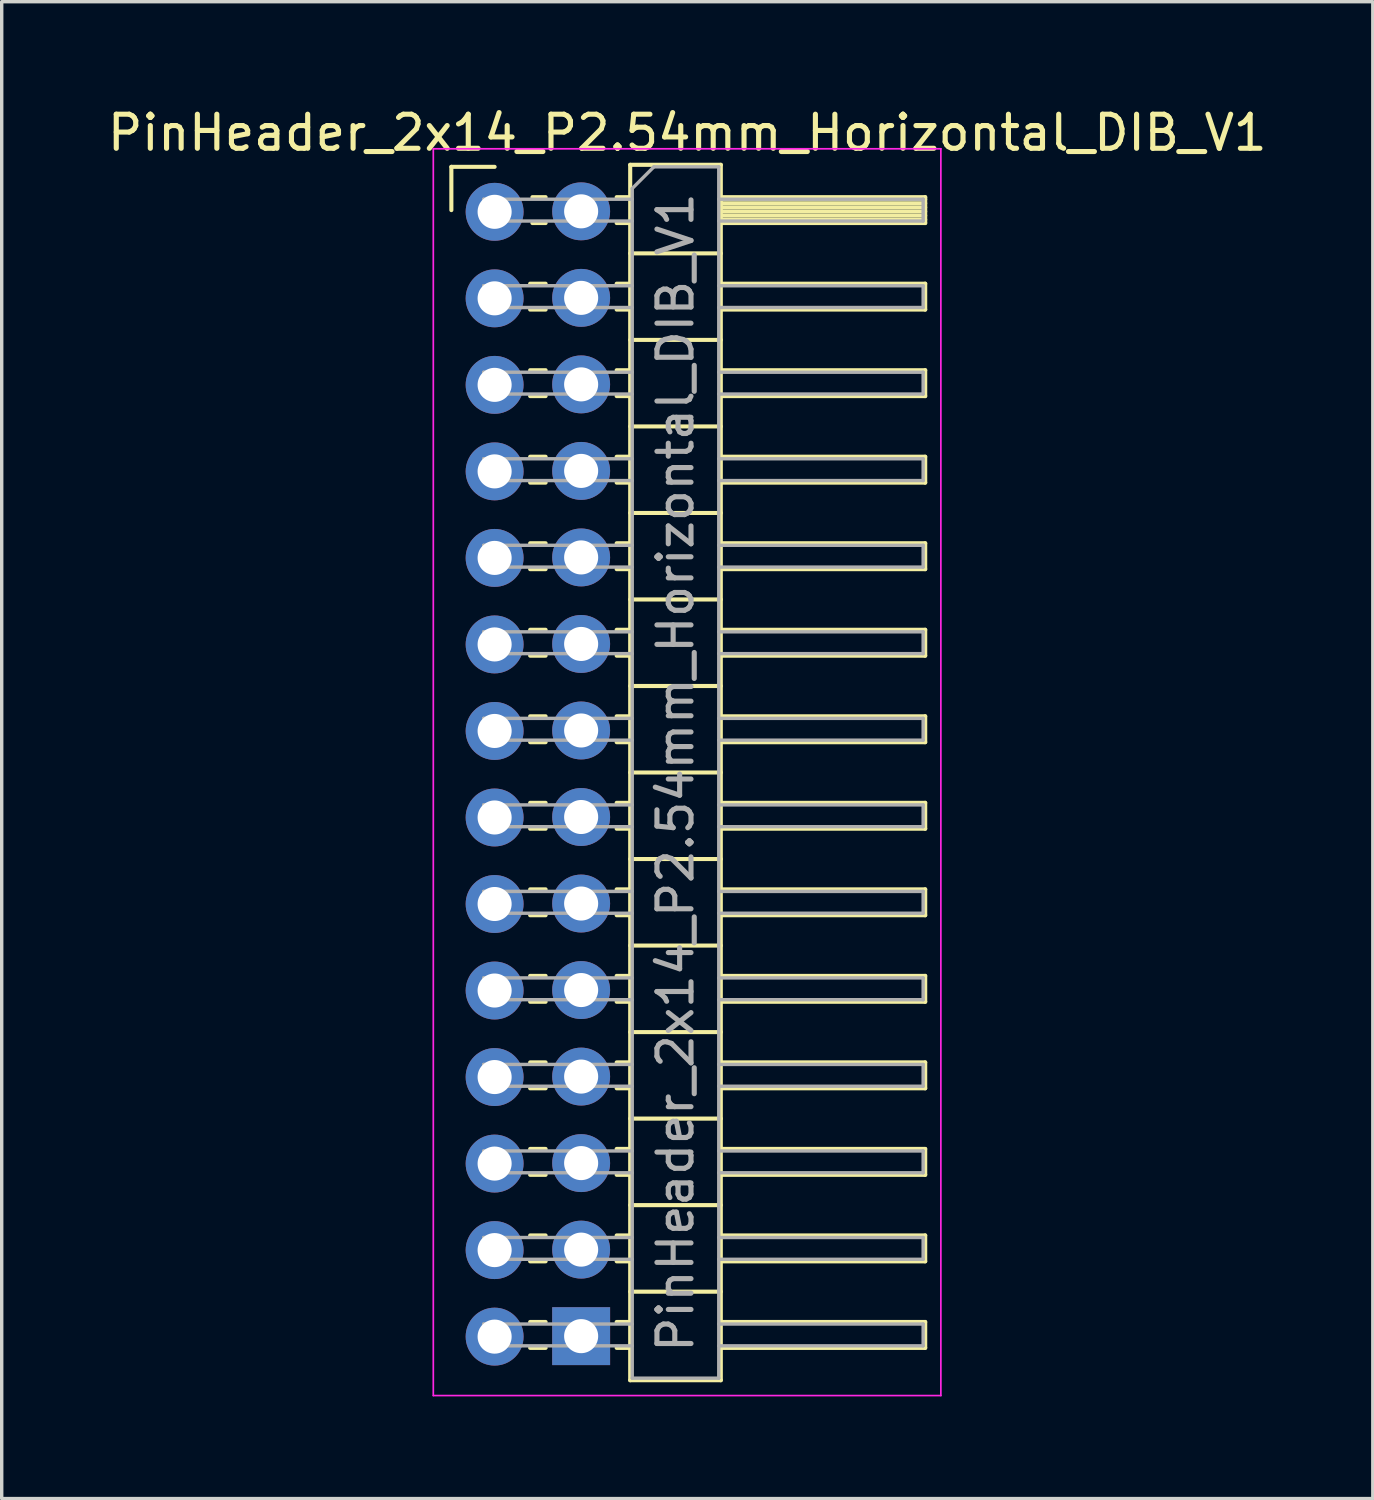
<source format=kicad_pcb>
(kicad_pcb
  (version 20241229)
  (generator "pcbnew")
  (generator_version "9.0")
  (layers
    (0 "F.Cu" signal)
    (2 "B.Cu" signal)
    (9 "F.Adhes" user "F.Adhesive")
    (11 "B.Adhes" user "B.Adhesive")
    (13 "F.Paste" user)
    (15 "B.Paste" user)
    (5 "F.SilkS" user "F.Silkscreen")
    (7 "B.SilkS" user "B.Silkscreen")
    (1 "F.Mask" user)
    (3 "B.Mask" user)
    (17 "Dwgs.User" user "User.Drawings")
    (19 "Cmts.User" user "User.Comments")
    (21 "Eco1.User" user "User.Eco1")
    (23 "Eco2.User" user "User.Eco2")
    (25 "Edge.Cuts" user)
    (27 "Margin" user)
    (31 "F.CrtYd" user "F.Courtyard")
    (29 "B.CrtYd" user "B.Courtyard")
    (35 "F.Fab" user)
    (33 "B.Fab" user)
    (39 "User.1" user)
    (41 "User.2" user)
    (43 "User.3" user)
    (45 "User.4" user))
  (footprint "PinHeader_2x14_P2.54mm_Horizontal_DIB_V1"
    (layer "F.Cu")
    (at 11.47 3.118)
    (property "Reference" "PinHeader_2x14_P2.54mm_Horizontal_DIB_V1" (at 5.655 -2.27 0) (layer "F.SilkS") (effects (font (size 1 1) (thickness 0.15))))
    (attr through_hole)
    (fp_line (start -1.27 -1.27) (end 0 -1.27) (stroke (width 0.12) (type solid)) (layer "F.SilkS"))
    (fp_line (start -1.27 0) (end -1.27 -1.27) (stroke (width 0.12) (type solid)) (layer "F.SilkS"))
    (fp_line (start 1.043 2.16) (end 1.497 2.16) (stroke (width 0.12) (type solid)) (layer "F.SilkS"))
    (fp_line (start 1.043 2.92) (end 1.497 2.92) (stroke (width 0.12) (type solid)) (layer "F.SilkS"))
    (fp_line (start 1.043 4.7) (end 1.497 4.7) (stroke (width 0.12) (type solid)) (layer "F.SilkS"))
    (fp_line (start 1.043 5.46) (end 1.497 5.46) (stroke (width 0.12) (type solid)) (layer "F.SilkS"))
    (fp_line (start 1.043 7.24) (end 1.497 7.24) (stroke (width 0.12) (type solid)) (layer "F.SilkS"))
    (fp_line (start 1.043 8) (end 1.497 8) (stroke (width 0.12) (type solid)) (layer "F.SilkS"))
    (fp_line (start 1.043 9.78) (end 1.497 9.78) (stroke (width 0.12) (type solid)) (layer "F.SilkS"))
    (fp_line (start 1.043 10.54) (end 1.497 10.54) (stroke (width 0.12) (type solid)) (layer "F.SilkS"))
    (fp_line (start 1.043 12.32) (end 1.497 12.32) (stroke (width 0.12) (type solid)) (layer "F.SilkS"))
    (fp_line (start 1.043 13.08) (end 1.497 13.08) (stroke (width 0.12) (type solid)) (layer "F.SilkS"))
    (fp_line (start 1.043 14.86) (end 1.497 14.86) (stroke (width 0.12) (type solid)) (layer "F.SilkS"))
    (fp_line (start 1.043 15.62) (end 1.497 15.62) (stroke (width 0.12) (type solid)) (layer "F.SilkS"))
    (fp_line (start 1.043 17.4) (end 1.497 17.4) (stroke (width 0.12) (type solid)) (layer "F.SilkS"))
    (fp_line (start 1.043 18.16) (end 1.497 18.16) (stroke (width 0.12) (type solid)) (layer "F.SilkS"))
    (fp_line (start 1.043 19.94) (end 1.497 19.94) (stroke (width 0.12) (type solid)) (layer "F.SilkS"))
    (fp_line (start 1.043 20.7) (end 1.497 20.7) (stroke (width 0.12) (type solid)) (layer "F.SilkS"))
    (fp_line (start 1.043 22.48) (end 1.497 22.48) (stroke (width 0.12) (type solid)) (layer "F.SilkS"))
    (fp_line (start 1.043 23.24) (end 1.497 23.24) (stroke (width 0.12) (type solid)) (layer "F.SilkS"))
    (fp_line (start 1.043 25.02) (end 1.497 25.02) (stroke (width 0.12) (type solid)) (layer "F.SilkS"))
    (fp_line (start 1.043 25.78) (end 1.497 25.78) (stroke (width 0.12) (type solid)) (layer "F.SilkS"))
    (fp_line (start 1.043 27.56) (end 1.497 27.56) (stroke (width 0.12) (type solid)) (layer "F.SilkS"))
    (fp_line (start 1.043 28.32) (end 1.497 28.32) (stroke (width 0.12) (type solid)) (layer "F.SilkS"))
    (fp_line (start 1.043 30.1) (end 1.497 30.1) (stroke (width 0.12) (type solid)) (layer "F.SilkS"))
    (fp_line (start 1.043 30.86) (end 1.497 30.86) (stroke (width 0.12) (type solid)) (layer "F.SilkS"))
    (fp_line (start 1.043 32.64) (end 1.497 32.64) (stroke (width 0.12) (type solid)) (layer "F.SilkS"))
    (fp_line (start 1.043 33.4) (end 1.497 33.4) (stroke (width 0.12) (type solid)) (layer "F.SilkS"))
    (fp_line (start 1.11 -0.38) (end 1.497 -0.38) (stroke (width 0.12) (type solid)) (layer "F.SilkS"))
    (fp_line (start 1.11 0.38) (end 1.497 0.38) (stroke (width 0.12) (type solid)) (layer "F.SilkS"))
    (fp_line (start 3.583 -0.38) (end 3.98 -0.38) (stroke (width 0.12) (type solid)) (layer "F.SilkS"))
    (fp_line (start 3.583 0.38) (end 3.98 0.38) (stroke (width 0.12) (type solid)) (layer "F.SilkS"))
    (fp_line (start 3.583 2.16) (end 3.98 2.16) (stroke (width 0.12) (type solid)) (layer "F.SilkS"))
    (fp_line (start 3.583 2.92) (end 3.98 2.92) (stroke (width 0.12) (type solid)) (layer "F.SilkS"))
    (fp_line (start 3.583 4.7) (end 3.98 4.7) (stroke (width 0.12) (type solid)) (layer "F.SilkS"))
    (fp_line (start 3.583 5.46) (end 3.98 5.46) (stroke (width 0.12) (type solid)) (layer "F.SilkS"))
    (fp_line (start 3.583 7.24) (end 3.98 7.24) (stroke (width 0.12) (type solid)) (layer "F.SilkS"))
    (fp_line (start 3.583 8) (end 3.98 8) (stroke (width 0.12) (type solid)) (layer "F.SilkS"))
    (fp_line (start 3.583 9.78) (end 3.98 9.78) (stroke (width 0.12) (type solid)) (layer "F.SilkS"))
    (fp_line (start 3.583 10.54) (end 3.98 10.54) (stroke (width 0.12) (type solid)) (layer "F.SilkS"))
    (fp_line (start 3.583 12.32) (end 3.98 12.32) (stroke (width 0.12) (type solid)) (layer "F.SilkS"))
    (fp_line (start 3.583 13.08) (end 3.98 13.08) (stroke (width 0.12) (type solid)) (layer "F.SilkS"))
    (fp_line (start 3.583 14.86) (end 3.98 14.86) (stroke (width 0.12) (type solid)) (layer "F.SilkS"))
    (fp_line (start 3.583 15.62) (end 3.98 15.62) (stroke (width 0.12) (type solid)) (layer "F.SilkS"))
    (fp_line (start 3.583 17.4) (end 3.98 17.4) (stroke (width 0.12) (type solid)) (layer "F.SilkS"))
    (fp_line (start 3.583 18.16) (end 3.98 18.16) (stroke (width 0.12) (type solid)) (layer "F.SilkS"))
    (fp_line (start 3.583 19.94) (end 3.98 19.94) (stroke (width 0.12) (type solid)) (layer "F.SilkS"))
    (fp_line (start 3.583 20.7) (end 3.98 20.7) (stroke (width 0.12) (type solid)) (layer "F.SilkS"))
    (fp_line (start 3.583 22.48) (end 3.98 22.48) (stroke (width 0.12) (type solid)) (layer "F.SilkS"))
    (fp_line (start 3.583 23.24) (end 3.98 23.24) (stroke (width 0.12) (type solid)) (layer "F.SilkS"))
    (fp_line (start 3.583 25.02) (end 3.98 25.02) (stroke (width 0.12) (type solid)) (layer "F.SilkS"))
    (fp_line (start 3.583 25.78) (end 3.98 25.78) (stroke (width 0.12) (type solid)) (layer "F.SilkS"))
    (fp_line (start 3.583 27.56) (end 3.98 27.56) (stroke (width 0.12) (type solid)) (layer "F.SilkS"))
    (fp_line (start 3.583 28.32) (end 3.98 28.32) (stroke (width 0.12) (type solid)) (layer "F.SilkS"))
    (fp_line (start 3.583 30.1) (end 3.98 30.1) (stroke (width 0.12) (type solid)) (layer "F.SilkS"))
    (fp_line (start 3.583 30.86) (end 3.98 30.86) (stroke (width 0.12) (type solid)) (layer "F.SilkS"))
    (fp_line (start 3.583 32.64) (end 3.98 32.64) (stroke (width 0.12) (type solid)) (layer "F.SilkS"))
    (fp_line (start 3.583 33.4) (end 3.98 33.4) (stroke (width 0.12) (type solid)) (layer "F.SilkS"))
    (fp_line (start 3.98 -1.33) (end 3.98 34.35) (stroke (width 0.12) (type solid)) (layer "F.SilkS"))
    (fp_line (start 3.98 1.27) (end 6.64 1.27) (stroke (width 0.12) (type solid)) (layer "F.SilkS"))
    (fp_line (start 3.98 3.81) (end 6.64 3.81) (stroke (width 0.12) (type solid)) (layer "F.SilkS"))
    (fp_line (start 3.98 6.35) (end 6.64 6.35) (stroke (width 0.12) (type solid)) (layer "F.SilkS"))
    (fp_line (start 3.98 8.89) (end 6.64 8.89) (stroke (width 0.12) (type solid)) (layer "F.SilkS"))
    (fp_line (start 3.98 11.43) (end 6.64 11.43) (stroke (width 0.12) (type solid)) (layer "F.SilkS"))
    (fp_line (start 3.98 13.97) (end 6.64 13.97) (stroke (width 0.12) (type solid)) (layer "F.SilkS"))
    (fp_line (start 3.98 16.51) (end 6.64 16.51) (stroke (width 0.12) (type solid)) (layer "F.SilkS"))
    (fp_line (start 3.98 19.05) (end 6.64 19.05) (stroke (width 0.12) (type solid)) (layer "F.SilkS"))
    (fp_line (start 3.98 21.59) (end 6.64 21.59) (stroke (width 0.12) (type solid)) (layer "F.SilkS"))
    (fp_line (start 3.98 24.13) (end 6.64 24.13) (stroke (width 0.12) (type solid)) (layer "F.SilkS"))
    (fp_line (start 3.98 26.67) (end 6.64 26.67) (stroke (width 0.12) (type solid)) (layer "F.SilkS"))
    (fp_line (start 3.98 29.21) (end 6.64 29.21) (stroke (width 0.12) (type solid)) (layer "F.SilkS"))
    (fp_line (start 3.98 31.75) (end 6.64 31.75) (stroke (width 0.12) (type solid)) (layer "F.SilkS"))
    (fp_line (start 3.98 34.35) (end 6.64 34.35) (stroke (width 0.12) (type solid)) (layer "F.SilkS"))
    (fp_line (start 6.64 -1.33) (end 3.98 -1.33) (stroke (width 0.12) (type solid)) (layer "F.SilkS"))
    (fp_line (start 6.64 -0.38) (end 12.64 -0.38) (stroke (width 0.12) (type solid)) (layer "F.SilkS"))
    (fp_line (start 6.64 -0.32) (end 12.64 -0.32) (stroke (width 0.12) (type solid)) (layer "F.SilkS"))
    (fp_line (start 6.64 -0.2) (end 12.64 -0.2) (stroke (width 0.12) (type solid)) (layer "F.SilkS"))
    (fp_line (start 6.64 -0.08) (end 12.64 -0.08) (stroke (width 0.12) (type solid)) (layer "F.SilkS"))
    (fp_line (start 6.64 0.04) (end 12.64 0.04) (stroke (width 0.12) (type solid)) (layer "F.SilkS"))
    (fp_line (start 6.64 0.16) (end 12.64 0.16) (stroke (width 0.12) (type solid)) (layer "F.SilkS"))
    (fp_line (start 6.64 0.28) (end 12.64 0.28) (stroke (width 0.12) (type solid)) (layer "F.SilkS"))
    (fp_line (start 6.64 2.16) (end 12.64 2.16) (stroke (width 0.12) (type solid)) (layer "F.SilkS"))
    (fp_line (start 6.64 4.7) (end 12.64 4.7) (stroke (width 0.12) (type solid)) (layer "F.SilkS"))
    (fp_line (start 6.64 7.24) (end 12.64 7.24) (stroke (width 0.12) (type solid)) (layer "F.SilkS"))
    (fp_line (start 6.64 9.78) (end 12.64 9.78) (stroke (width 0.12) (type solid)) (layer "F.SilkS"))
    (fp_line (start 6.64 12.32) (end 12.64 12.32) (stroke (width 0.12) (type solid)) (layer "F.SilkS"))
    (fp_line (start 6.64 14.86) (end 12.64 14.86) (stroke (width 0.12) (type solid)) (layer "F.SilkS"))
    (fp_line (start 6.64 17.4) (end 12.64 17.4) (stroke (width 0.12) (type solid)) (layer "F.SilkS"))
    (fp_line (start 6.64 19.94) (end 12.64 19.94) (stroke (width 0.12) (type solid)) (layer "F.SilkS"))
    (fp_line (start 6.64 22.48) (end 12.64 22.48) (stroke (width 0.12) (type solid)) (layer "F.SilkS"))
    (fp_line (start 6.64 25.02) (end 12.64 25.02) (stroke (width 0.12) (type solid)) (layer "F.SilkS"))
    (fp_line (start 6.64 27.56) (end 12.64 27.56) (stroke (width 0.12) (type solid)) (layer "F.SilkS"))
    (fp_line (start 6.64 30.1) (end 12.64 30.1) (stroke (width 0.12) (type solid)) (layer "F.SilkS"))
    (fp_line (start 6.64 32.64) (end 12.64 32.64) (stroke (width 0.12) (type solid)) (layer "F.SilkS"))
    (fp_line (start 6.64 34.35) (end 6.64 -1.33) (stroke (width 0.12) (type solid)) (layer "F.SilkS"))
    (fp_line (start 12.64 -0.38) (end 12.64 0.38) (stroke (width 0.12) (type solid)) (layer "F.SilkS"))
    (fp_line (start 12.64 0.38) (end 6.64 0.38) (stroke (width 0.12) (type solid)) (layer "F.SilkS"))
    (fp_line (start 12.64 2.16) (end 12.64 2.92) (stroke (width 0.12) (type solid)) (layer "F.SilkS"))
    (fp_line (start 12.64 2.92) (end 6.64 2.92) (stroke (width 0.12) (type solid)) (layer "F.SilkS"))
    (fp_line (start 12.64 4.7) (end 12.64 5.46) (stroke (width 0.12) (type solid)) (layer "F.SilkS"))
    (fp_line (start 12.64 5.46) (end 6.64 5.46) (stroke (width 0.12) (type solid)) (layer "F.SilkS"))
    (fp_line (start 12.64 7.24) (end 12.64 8) (stroke (width 0.12) (type solid)) (layer "F.SilkS"))
    (fp_line (start 12.64 8) (end 6.64 8) (stroke (width 0.12) (type solid)) (layer "F.SilkS"))
    (fp_line (start 12.64 9.78) (end 12.64 10.54) (stroke (width 0.12) (type solid)) (layer "F.SilkS"))
    (fp_line (start 12.64 10.54) (end 6.64 10.54) (stroke (width 0.12) (type solid)) (layer "F.SilkS"))
    (fp_line (start 12.64 12.32) (end 12.64 13.08) (stroke (width 0.12) (type solid)) (layer "F.SilkS"))
    (fp_line (start 12.64 13.08) (end 6.64 13.08) (stroke (width 0.12) (type solid)) (layer "F.SilkS"))
    (fp_line (start 12.64 14.86) (end 12.64 15.62) (stroke (width 0.12) (type solid)) (layer "F.SilkS"))
    (fp_line (start 12.64 15.62) (end 6.64 15.62) (stroke (width 0.12) (type solid)) (layer "F.SilkS"))
    (fp_line (start 12.64 17.4) (end 12.64 18.16) (stroke (width 0.12) (type solid)) (layer "F.SilkS"))
    (fp_line (start 12.64 18.16) (end 6.64 18.16) (stroke (width 0.12) (type solid)) (layer "F.SilkS"))
    (fp_line (start 12.64 19.94) (end 12.64 20.7) (stroke (width 0.12) (type solid)) (layer "F.SilkS"))
    (fp_line (start 12.64 20.7) (end 6.64 20.7) (stroke (width 0.12) (type solid)) (layer "F.SilkS"))
    (fp_line (start 12.64 22.48) (end 12.64 23.24) (stroke (width 0.12) (type solid)) (layer "F.SilkS"))
    (fp_line (start 12.64 23.24) (end 6.64 23.24) (stroke (width 0.12) (type solid)) (layer "F.SilkS"))
    (fp_line (start 12.64 25.02) (end 12.64 25.78) (stroke (width 0.12) (type solid)) (layer "F.SilkS"))
    (fp_line (start 12.64 25.78) (end 6.64 25.78) (stroke (width 0.12) (type solid)) (layer "F.SilkS"))
    (fp_line (start 12.64 27.56) (end 12.64 28.32) (stroke (width 0.12) (type solid)) (layer "F.SilkS"))
    (fp_line (start 12.64 28.32) (end 6.64 28.32) (stroke (width 0.12) (type solid)) (layer "F.SilkS"))
    (fp_line (start 12.64 30.1) (end 12.64 30.86) (stroke (width 0.12) (type solid)) (layer "F.SilkS"))
    (fp_line (start 12.64 30.86) (end 6.64 30.86) (stroke (width 0.12) (type solid)) (layer "F.SilkS"))
    (fp_line (start 12.64 32.64) (end 12.64 33.4) (stroke (width 0.12) (type solid)) (layer "F.SilkS"))
    (fp_line (start 12.64 33.4) (end 6.64 33.4) (stroke (width 0.12) (type solid)) (layer "F.SilkS"))
    (fp_line (start -1.8 -1.8) (end -1.8 34.8) (stroke (width 0.05) (type solid)) (layer "F.CrtYd"))
    (fp_line (start -1.8 34.8) (end 13.1 34.8) (stroke (width 0.05) (type solid)) (layer "F.CrtYd"))
    (fp_line (start 13.1 -1.8) (end -1.8 -1.8) (stroke (width 0.05) (type solid)) (layer "F.CrtYd"))
    (fp_line (start 13.1 34.8) (end 13.1 -1.8) (stroke (width 0.05) (type solid)) (layer "F.CrtYd"))
    (fp_line (start -0.32 -0.32) (end -0.32 0.32) (stroke (width 0.1) (type solid)) (layer "F.Fab"))
    (fp_line (start -0.32 -0.32) (end 4.04 -0.32) (stroke (width 0.1) (type solid)) (layer "F.Fab"))
    (fp_line (start -0.32 0.32) (end 4.04 0.32) (stroke (width 0.1) (type solid)) (layer "F.Fab"))
    (fp_line (start -0.32 2.22) (end -0.32 2.86) (stroke (width 0.1) (type solid)) (layer "F.Fab"))
    (fp_line (start -0.32 2.22) (end 4.04 2.22) (stroke (width 0.1) (type solid)) (layer "F.Fab"))
    (fp_line (start -0.32 2.86) (end 4.04 2.86) (stroke (width 0.1) (type solid)) (layer "F.Fab"))
    (fp_line (start -0.32 4.76) (end -0.32 5.4) (stroke (width 0.1) (type solid)) (layer "F.Fab"))
    (fp_line (start -0.32 4.76) (end 4.04 4.76) (stroke (width 0.1) (type solid)) (layer "F.Fab"))
    (fp_line (start -0.32 5.4) (end 4.04 5.4) (stroke (width 0.1) (type solid)) (layer "F.Fab"))
    (fp_line (start -0.32 7.3) (end -0.32 7.94) (stroke (width 0.1) (type solid)) (layer "F.Fab"))
    (fp_line (start -0.32 7.3) (end 4.04 7.3) (stroke (width 0.1) (type solid)) (layer "F.Fab"))
    (fp_line (start -0.32 7.94) (end 4.04 7.94) (stroke (width 0.1) (type solid)) (layer "F.Fab"))
    (fp_line (start -0.32 9.84) (end -0.32 10.48) (stroke (width 0.1) (type solid)) (layer "F.Fab"))
    (fp_line (start -0.32 9.84) (end 4.04 9.84) (stroke (width 0.1) (type solid)) (layer "F.Fab"))
    (fp_line (start -0.32 10.48) (end 4.04 10.48) (stroke (width 0.1) (type solid)) (layer "F.Fab"))
    (fp_line (start -0.32 12.38) (end -0.32 13.02) (stroke (width 0.1) (type solid)) (layer "F.Fab"))
    (fp_line (start -0.32 12.38) (end 4.04 12.38) (stroke (width 0.1) (type solid)) (layer "F.Fab"))
    (fp_line (start -0.32 13.02) (end 4.04 13.02) (stroke (width 0.1) (type solid)) (layer "F.Fab"))
    (fp_line (start -0.32 14.92) (end -0.32 15.56) (stroke (width 0.1) (type solid)) (layer "F.Fab"))
    (fp_line (start -0.32 14.92) (end 4.04 14.92) (stroke (width 0.1) (type solid)) (layer "F.Fab"))
    (fp_line (start -0.32 15.56) (end 4.04 15.56) (stroke (width 0.1) (type solid)) (layer "F.Fab"))
    (fp_line (start -0.32 17.46) (end -0.32 18.1) (stroke (width 0.1) (type solid)) (layer "F.Fab"))
    (fp_line (start -0.32 17.46) (end 4.04 17.46) (stroke (width 0.1) (type solid)) (layer "F.Fab"))
    (fp_line (start -0.32 18.1) (end 4.04 18.1) (stroke (width 0.1) (type solid)) (layer "F.Fab"))
    (fp_line (start -0.32 20) (end -0.32 20.64) (stroke (width 0.1) (type solid)) (layer "F.Fab"))
    (fp_line (start -0.32 20) (end 4.04 20) (stroke (width 0.1) (type solid)) (layer "F.Fab"))
    (fp_line (start -0.32 20.64) (end 4.04 20.64) (stroke (width 0.1) (type solid)) (layer "F.Fab"))
    (fp_line (start -0.32 22.54) (end -0.32 23.18) (stroke (width 0.1) (type solid)) (layer "F.Fab"))
    (fp_line (start -0.32 22.54) (end 4.04 22.54) (stroke (width 0.1) (type solid)) (layer "F.Fab"))
    (fp_line (start -0.32 23.18) (end 4.04 23.18) (stroke (width 0.1) (type solid)) (layer "F.Fab"))
    (fp_line (start -0.32 25.08) (end -0.32 25.72) (stroke (width 0.1) (type solid)) (layer "F.Fab"))
    (fp_line (start -0.32 25.08) (end 4.04 25.08) (stroke (width 0.1) (type solid)) (layer "F.Fab"))
    (fp_line (start -0.32 25.72) (end 4.04 25.72) (stroke (width 0.1) (type solid)) (layer "F.Fab"))
    (fp_line (start -0.32 27.62) (end -0.32 28.26) (stroke (width 0.1) (type solid)) (layer "F.Fab"))
    (fp_line (start -0.32 27.62) (end 4.04 27.62) (stroke (width 0.1) (type solid)) (layer "F.Fab"))
    (fp_line (start -0.32 28.26) (end 4.04 28.26) (stroke (width 0.1) (type solid)) (layer "F.Fab"))
    (fp_line (start -0.32 30.16) (end -0.32 30.8) (stroke (width 0.1) (type solid)) (layer "F.Fab"))
    (fp_line (start -0.32 30.16) (end 4.04 30.16) (stroke (width 0.1) (type solid)) (layer "F.Fab"))
    (fp_line (start -0.32 30.8) (end 4.04 30.8) (stroke (width 0.1) (type solid)) (layer "F.Fab"))
    (fp_line (start -0.32 32.7) (end -0.32 33.34) (stroke (width 0.1) (type solid)) (layer "F.Fab"))
    (fp_line (start -0.32 32.7) (end 4.04 32.7) (stroke (width 0.1) (type solid)) (layer "F.Fab"))
    (fp_line (start -0.32 33.34) (end 4.04 33.34) (stroke (width 0.1) (type solid)) (layer "F.Fab"))
    (fp_line (start 4.04 -0.635) (end 4.675 -1.27) (stroke (width 0.1) (type solid)) (layer "F.Fab"))
    (fp_line (start 4.04 34.29) (end 4.04 -0.635) (stroke (width 0.1) (type solid)) (layer "F.Fab"))
    (fp_line (start 4.675 -1.27) (end 6.58 -1.27) (stroke (width 0.1) (type solid)) (layer "F.Fab"))
    (fp_line (start 6.58 -1.27) (end 6.58 34.29) (stroke (width 0.1) (type solid)) (layer "F.Fab"))
    (fp_line (start 6.58 -0.32) (end 12.58 -0.32) (stroke (width 0.1) (type solid)) (layer "F.Fab"))
    (fp_line (start 6.58 0.32) (end 12.58 0.32) (stroke (width 0.1) (type solid)) (layer "F.Fab"))
    (fp_line (start 6.58 2.22) (end 12.58 2.22) (stroke (width 0.1) (type solid)) (layer "F.Fab"))
    (fp_line (start 6.58 2.86) (end 12.58 2.86) (stroke (width 0.1) (type solid)) (layer "F.Fab"))
    (fp_line (start 6.58 4.76) (end 12.58 4.76) (stroke (width 0.1) (type solid)) (layer "F.Fab"))
    (fp_line (start 6.58 5.4) (end 12.58 5.4) (stroke (width 0.1) (type solid)) (layer "F.Fab"))
    (fp_line (start 6.58 7.3) (end 12.58 7.3) (stroke (width 0.1) (type solid)) (layer "F.Fab"))
    (fp_line (start 6.58 7.94) (end 12.58 7.94) (stroke (width 0.1) (type solid)) (layer "F.Fab"))
    (fp_line (start 6.58 9.84) (end 12.58 9.84) (stroke (width 0.1) (type solid)) (layer "F.Fab"))
    (fp_line (start 6.58 10.48) (end 12.58 10.48) (stroke (width 0.1) (type solid)) (layer "F.Fab"))
    (fp_line (start 6.58 12.38) (end 12.58 12.38) (stroke (width 0.1) (type solid)) (layer "F.Fab"))
    (fp_line (start 6.58 13.02) (end 12.58 13.02) (stroke (width 0.1) (type solid)) (layer "F.Fab"))
    (fp_line (start 6.58 14.92) (end 12.58 14.92) (stroke (width 0.1) (type solid)) (layer "F.Fab"))
    (fp_line (start 6.58 15.56) (end 12.58 15.56) (stroke (width 0.1) (type solid)) (layer "F.Fab"))
    (fp_line (start 6.58 17.46) (end 12.58 17.46) (stroke (width 0.1) (type solid)) (layer "F.Fab"))
    (fp_line (start 6.58 18.1) (end 12.58 18.1) (stroke (width 0.1) (type solid)) (layer "F.Fab"))
    (fp_line (start 6.58 20) (end 12.58 20) (stroke (width 0.1) (type solid)) (layer "F.Fab"))
    (fp_line (start 6.58 20.64) (end 12.58 20.64) (stroke (width 0.1) (type solid)) (layer "F.Fab"))
    (fp_line (start 6.58 22.54) (end 12.58 22.54) (stroke (width 0.1) (type solid)) (layer "F.Fab"))
    (fp_line (start 6.58 23.18) (end 12.58 23.18) (stroke (width 0.1) (type solid)) (layer "F.Fab"))
    (fp_line (start 6.58 25.08) (end 12.58 25.08) (stroke (width 0.1) (type solid)) (layer "F.Fab"))
    (fp_line (start 6.58 25.72) (end 12.58 25.72) (stroke (width 0.1) (type solid)) (layer "F.Fab"))
    (fp_line (start 6.58 27.62) (end 12.58 27.62) (stroke (width 0.1) (type solid)) (layer "F.Fab"))
    (fp_line (start 6.58 28.26) (end 12.58 28.26) (stroke (width 0.1) (type solid)) (layer "F.Fab"))
    (fp_line (start 6.58 30.16) (end 12.58 30.16) (stroke (width 0.1) (type solid)) (layer "F.Fab"))
    (fp_line (start 6.58 30.8) (end 12.58 30.8) (stroke (width 0.1) (type solid)) (layer "F.Fab"))
    (fp_line (start 6.58 32.7) (end 12.58 32.7) (stroke (width 0.1) (type solid)) (layer "F.Fab"))
    (fp_line (start 6.58 33.34) (end 12.58 33.34) (stroke (width 0.1) (type solid)) (layer "F.Fab"))
    (fp_line (start 6.58 34.29) (end 4.04 34.29) (stroke (width 0.1) (type solid)) (layer "F.Fab"))
    (fp_line (start 12.58 -0.32) (end 12.58 0.32) (stroke (width 0.1) (type solid)) (layer "F.Fab"))
    (fp_line (start 12.58 2.22) (end 12.58 2.86) (stroke (width 0.1) (type solid)) (layer "F.Fab"))
    (fp_line (start 12.58 4.76) (end 12.58 5.4) (stroke (width 0.1) (type solid)) (layer "F.Fab"))
    (fp_line (start 12.58 7.3) (end 12.58 7.94) (stroke (width 0.1) (type solid)) (layer "F.Fab"))
    (fp_line (start 12.58 9.84) (end 12.58 10.48) (stroke (width 0.1) (type solid)) (layer "F.Fab"))
    (fp_line (start 12.58 12.38) (end 12.58 13.02) (stroke (width 0.1) (type solid)) (layer "F.Fab"))
    (fp_line (start 12.58 14.92) (end 12.58 15.56) (stroke (width 0.1) (type solid)) (layer "F.Fab"))
    (fp_line (start 12.58 17.46) (end 12.58 18.1) (stroke (width 0.1) (type solid)) (layer "F.Fab"))
    (fp_line (start 12.58 20) (end 12.58 20.64) (stroke (width 0.1) (type solid)) (layer "F.Fab"))
    (fp_line (start 12.58 22.54) (end 12.58 23.18) (stroke (width 0.1) (type solid)) (layer "F.Fab"))
    (fp_line (start 12.58 25.08) (end 12.58 25.72) (stroke (width 0.1) (type solid)) (layer "F.Fab"))
    (fp_line (start 12.58 27.62) (end 12.58 28.26) (stroke (width 0.1) (type solid)) (layer "F.Fab"))
    (fp_line (start 12.58 30.16) (end 12.58 30.8) (stroke (width 0.1) (type solid)) (layer "F.Fab"))
    (fp_line (start 12.58 32.7) (end 12.58 33.34) (stroke (width 0.1) (type solid)) (layer "F.Fab"))
    (fp_text user "${REFERENCE}" (at 5.31 16.51 90) (layer "F.Fab") (effects (font (size 1 1) (thickness 0.15))))
    (pad "1" thru_hole rect (at 2.54 33.056) (size 1.7 1.7) (drill 1) (layers "*.Cu" "*.Mask"))
    (pad "2" thru_hole oval (at 0 33.07) (size 1.7 1.7) (drill 1) (layers "*.Cu" "*.Mask"))
    (pad "3" thru_hole oval (at 2.54 30.516) (size 1.7 1.7) (drill 1) (layers "*.Cu" "*.Mask"))
    (pad "4" thru_hole oval (at 0 30.53) (size 1.7 1.7) (drill 1) (layers "*.Cu" "*.Mask"))
    (pad "5" thru_hole oval (at 2.54 27.976) (size 1.7 1.7) (drill 1) (layers "*.Cu" "*.Mask"))
    (pad "6" thru_hole oval (at 0 27.99) (size 1.7 1.7) (drill 1) (layers "*.Cu" "*.Mask"))
    (pad "7" thru_hole oval (at 2.54 25.436) (size 1.7 1.7) (drill 1) (layers "*.Cu" "*.Mask"))
    (pad "8" thru_hole oval (at 0 25.45) (size 1.7 1.7) (drill 1) (layers "*.Cu" "*.Mask"))
    (pad "9" thru_hole oval (at 2.54 22.896) (size 1.7 1.7) (drill 1) (layers "*.Cu" "*.Mask"))
    (pad "10" thru_hole oval (at 0 22.91) (size 1.7 1.7) (drill 1) (layers "*.Cu" "*.Mask"))
    (pad "11" thru_hole oval (at 2.54 20.356) (size 1.7 1.7) (drill 1) (layers "*.Cu" "*.Mask"))
    (pad "12" thru_hole oval (at 0 20.37) (size 1.7 1.7) (drill 1) (layers "*.Cu" "*.Mask"))
    (pad "13" thru_hole oval (at 2.54 17.816) (size 1.7 1.7) (drill 1) (layers "*.Cu" "*.Mask"))
    (pad "14" thru_hole oval (at 0 17.83) (size 1.7 1.7) (drill 1) (layers "*.Cu" "*.Mask"))
    (pad "15" thru_hole oval (at 2.54 15.276) (size 1.7 1.7) (drill 1) (layers "*.Cu" "*.Mask"))
    (pad "16" thru_hole oval (at 0 15.29) (size 1.7 1.7) (drill 1) (layers "*.Cu" "*.Mask"))
    (pad "17" thru_hole oval (at 2.54 12.736) (size 1.7 1.7) (drill 1) (layers "*.Cu" "*.Mask"))
    (pad "18" thru_hole oval (at 0 12.75) (size 1.7 1.7) (drill 1) (layers "*.Cu" "*.Mask"))
    (pad "19" thru_hole oval (at 2.54 10.196) (size 1.7 1.7) (drill 1) (layers "*.Cu" "*.Mask"))
    (pad "20" thru_hole oval (at 0 10.21) (size 1.7 1.7) (drill 1) (layers "*.Cu" "*.Mask"))
    (pad "21" thru_hole oval (at 2.54 7.656) (size 1.7 1.7) (drill 1) (layers "*.Cu" "*.Mask"))
    (pad "22" thru_hole oval (at 0 7.67) (size 1.7 1.7) (drill 1) (layers "*.Cu" "*.Mask"))
    (pad "23" thru_hole oval (at 2.54 5.116) (size 1.7 1.7) (drill 1) (layers "*.Cu" "*.Mask"))
    (pad "24" thru_hole oval (at 0 5.13) (size 1.7 1.7) (drill 1) (layers "*.Cu" "*.Mask"))
    (pad "25" thru_hole oval (at 2.54 2.576) (size 1.7 1.7) (drill 1) (layers "*.Cu" "*.Mask"))
    (pad "26" thru_hole oval (at 0 2.59) (size 1.7 1.7) (drill 1) (layers "*.Cu" "*.Mask"))
    (pad "27" thru_hole oval (at 2.54 0.036) (size 1.7 1.7) (drill 1) (layers "*.Cu" "*.Mask"))
    (pad "28" thru_hole oval (at 0 0.05) (size 1.7 1.7) (drill 1) (layers "*.Cu" "*.Mask")))
  (gr_rect
    (start -3 -3)
    (end 37.25 40.943)
    (stroke (width 0.1) (type default))
    (fill no)
    (layer "Edge.Cuts")))
</source>
